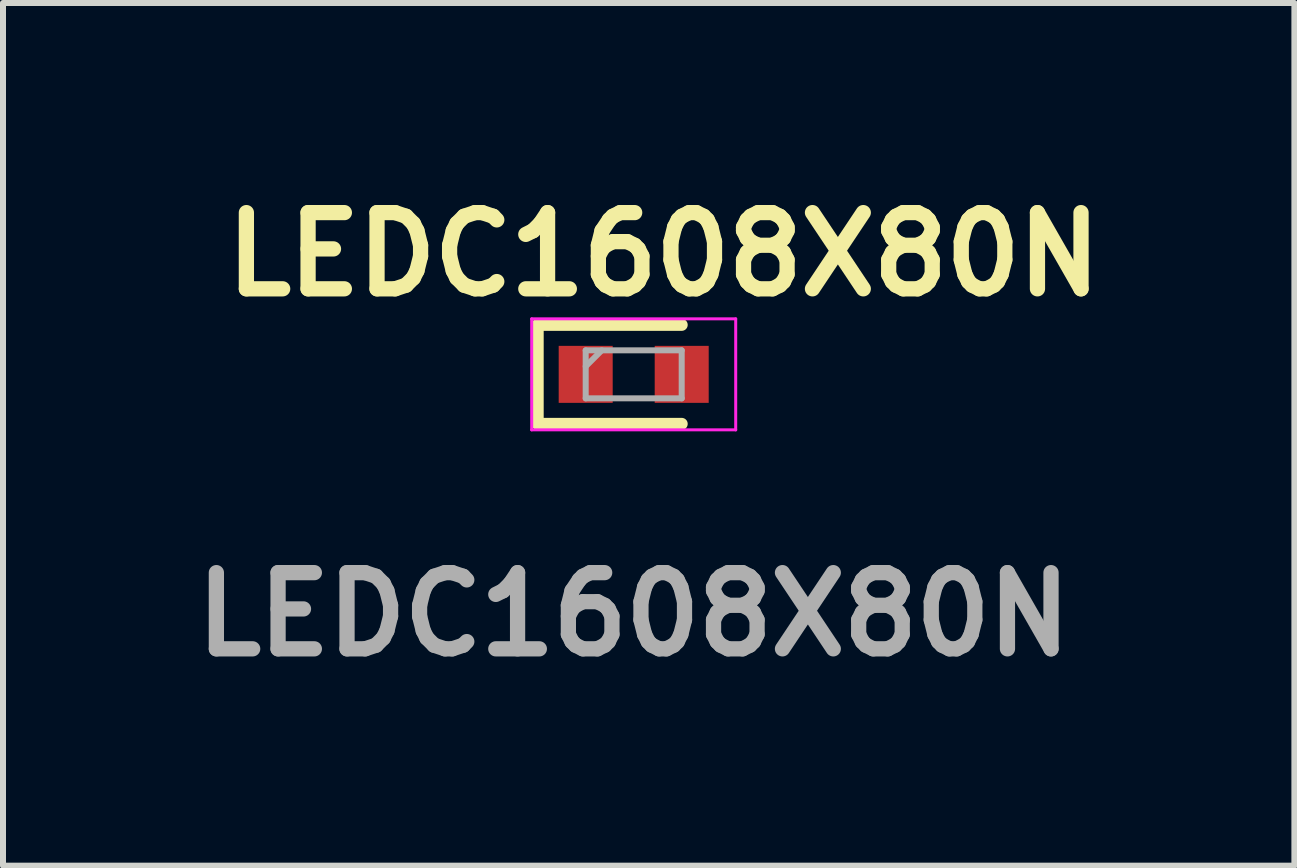
<source format=kicad_pcb>
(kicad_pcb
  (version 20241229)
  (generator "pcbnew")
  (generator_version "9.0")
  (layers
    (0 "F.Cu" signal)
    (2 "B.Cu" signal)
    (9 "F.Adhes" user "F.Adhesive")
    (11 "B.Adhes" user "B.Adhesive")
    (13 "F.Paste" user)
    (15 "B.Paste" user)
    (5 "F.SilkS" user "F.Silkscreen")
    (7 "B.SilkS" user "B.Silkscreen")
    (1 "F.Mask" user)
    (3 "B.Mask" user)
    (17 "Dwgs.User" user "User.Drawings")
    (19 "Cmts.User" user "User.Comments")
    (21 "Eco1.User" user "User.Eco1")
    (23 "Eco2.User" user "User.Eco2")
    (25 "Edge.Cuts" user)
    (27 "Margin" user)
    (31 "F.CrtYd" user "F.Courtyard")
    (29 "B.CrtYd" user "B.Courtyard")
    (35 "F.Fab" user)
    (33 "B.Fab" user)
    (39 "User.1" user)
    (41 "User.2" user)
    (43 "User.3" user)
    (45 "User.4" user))
  (footprint "LEDC1608X80N"
    (layer "F.Cu")
    (at 7.511 3.189)
    (property "Reference" "LEDC1608X80N" (at 0.5 -2 0) (layer "F.SilkS") (effects (font (size 1.27 1.27) (thickness 0.254))))
    (attr smd)
    (fp_line (start -1.6 -0.825) (end -1.6 0.825) (stroke (width 0.2) (type solid)) (layer "F.SilkS"))
    (fp_line (start -1.6 0.825) (end 0.8 0.825) (stroke (width 0.2) (type solid)) (layer "F.SilkS"))
    (fp_line (start 0.8 -0.825) (end -1.6 -0.825) (stroke (width 0.2) (type solid)) (layer "F.SilkS"))
    (fp_line (start -1.7 -0.925) (end 1.7 -0.925) (stroke (width 0.05) (type solid)) (layer "F.CrtYd"))
    (fp_line (start -1.7 0.925) (end -1.7 -0.925) (stroke (width 0.05) (type solid)) (layer "F.CrtYd"))
    (fp_line (start 1.7 -0.925) (end 1.7 0.925) (stroke (width 0.05) (type solid)) (layer "F.CrtYd"))
    (fp_line (start 1.7 0.925) (end -1.7 0.925) (stroke (width 0.05) (type solid)) (layer "F.CrtYd"))
    (fp_line (start -0.8 -0.4) (end 0.8 -0.4) (stroke (width 0.1) (type solid)) (layer "F.Fab"))
    (fp_line (start -0.8 -0.133) (end -0.533 -0.4) (stroke (width 0.1) (type solid)) (layer "F.Fab"))
    (fp_line (start -0.8 0.4) (end -0.8 -0.4) (stroke (width 0.1) (type solid)) (layer "F.Fab"))
    (fp_line (start 0.8 -0.4) (end 0.8 0.4) (stroke (width 0.1) (type solid)) (layer "F.Fab"))
    (fp_line (start 0.8 0.4) (end -0.8 0.4) (stroke (width 0.1) (type solid)) (layer "F.Fab"))
    (fp_text user "${REFERENCE}" (at 0 4 0) (layer "F.Fab") (effects (font (size 1.27 1.27) (thickness 0.254))))
    (pad "1" smd rect (at -0.8 0) (size 0.9 0.95) (layers "F.Cu" "F.Mask" "F.Paste"))
    (pad "2" smd rect (at 0.8 0) (size 0.9 0.95) (layers "F.Cu" "F.Mask" "F.Paste")))
  (gr_rect
    (start -3 -3)
    (end 18.522 11.377)
    (stroke (width 0.1) (type default))
    (fill no)
    (layer "Edge.Cuts")))
</source>
